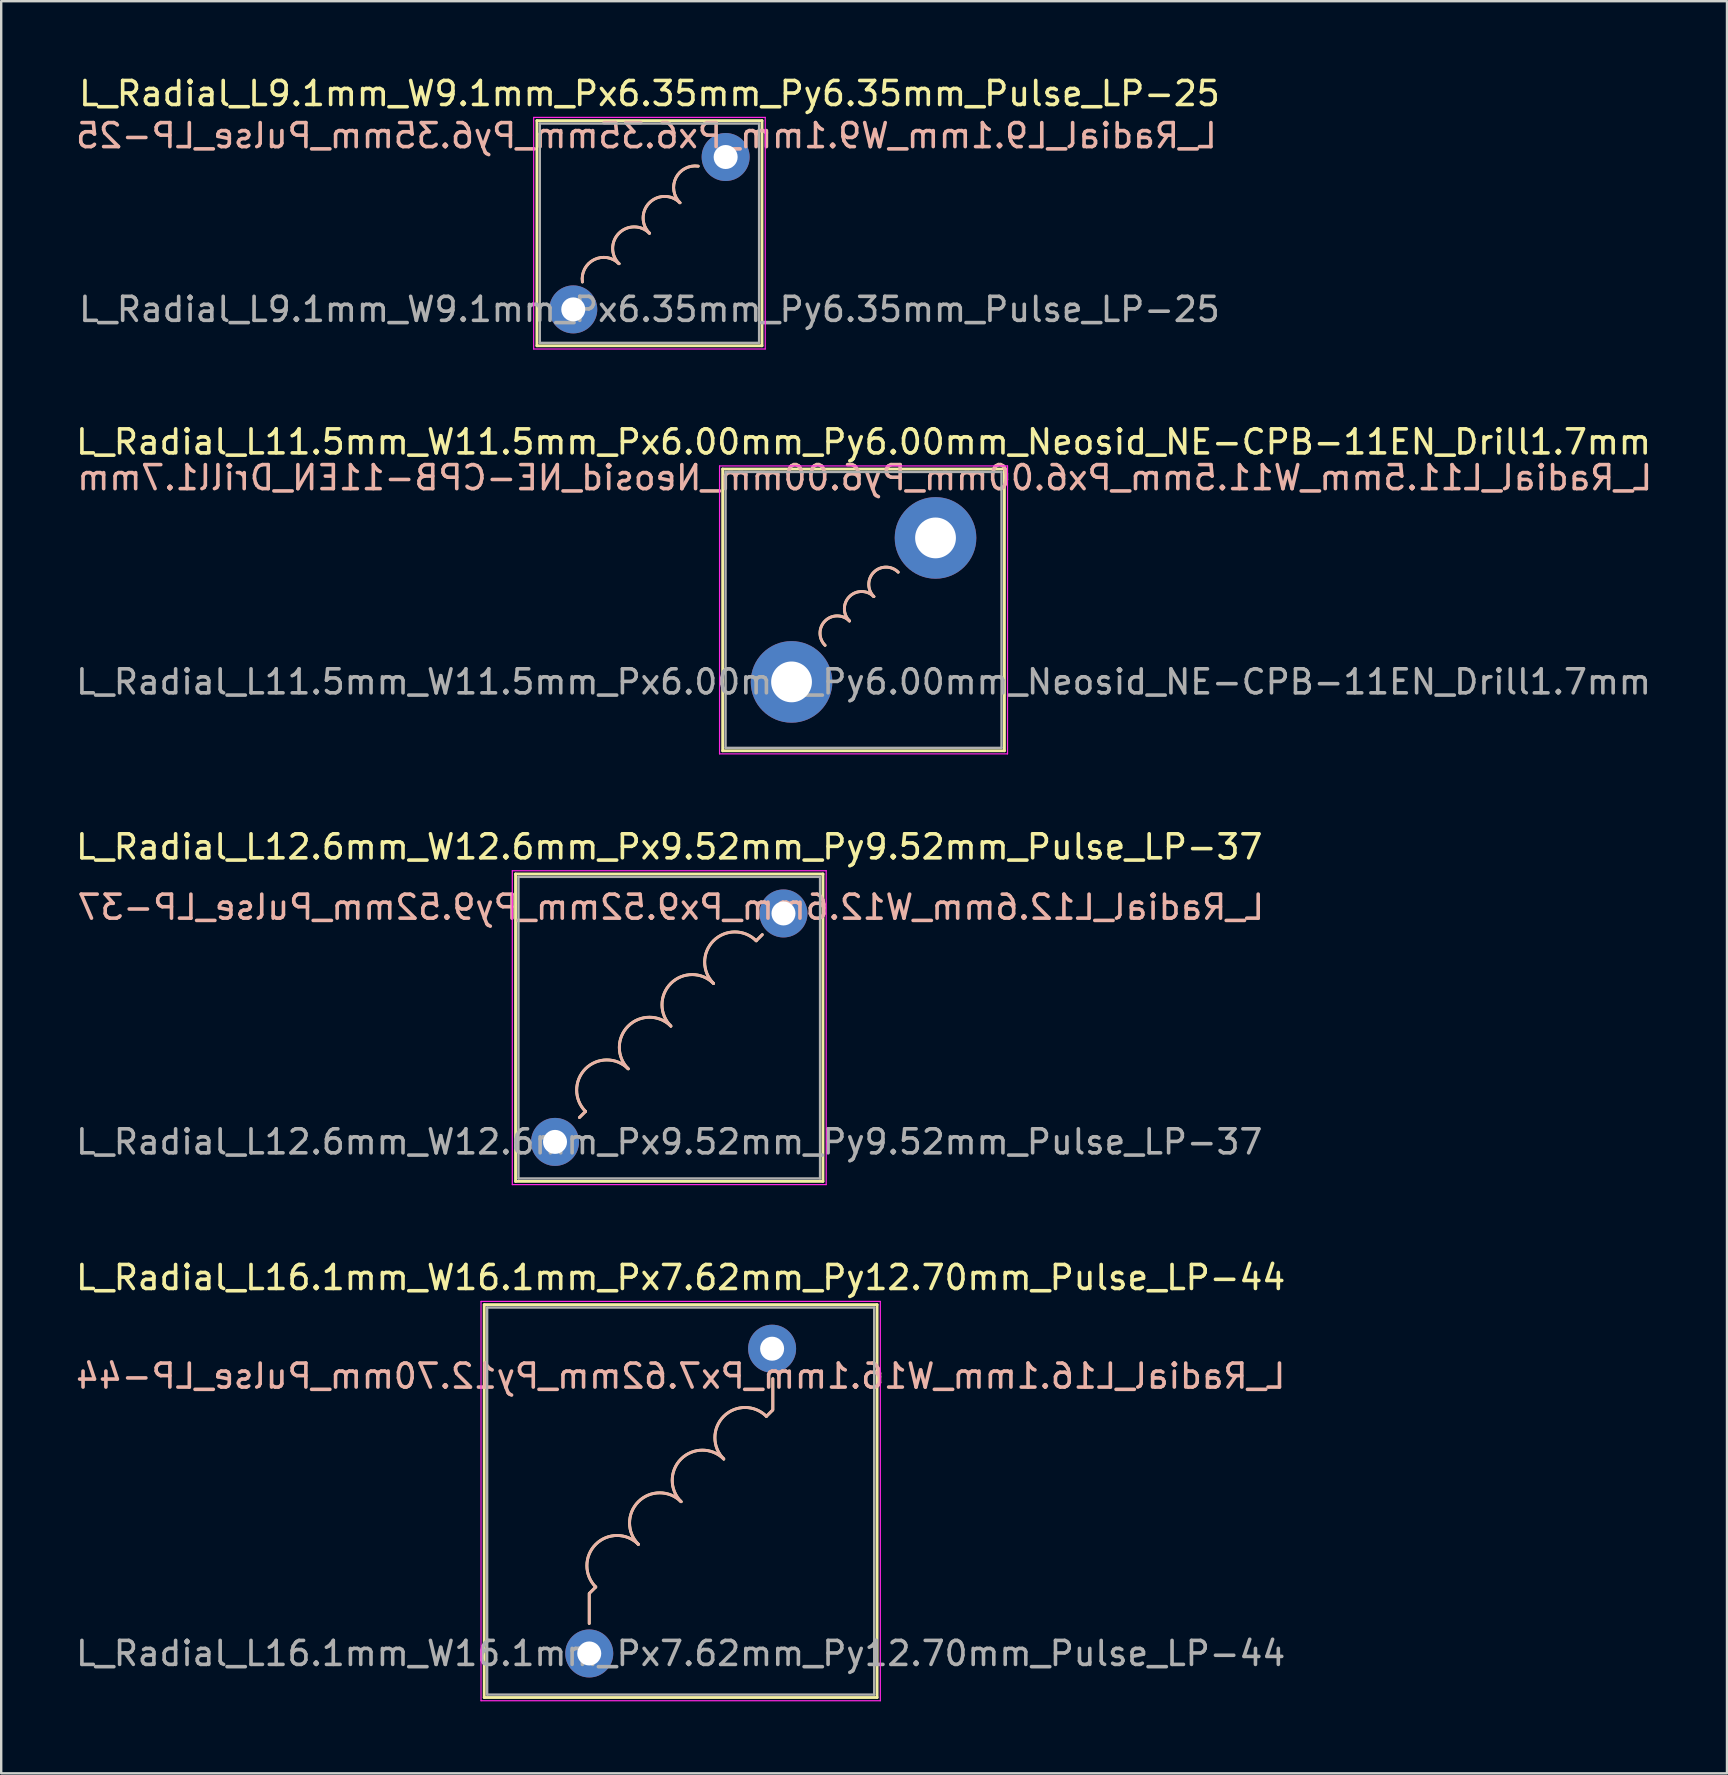
<source format=kicad_pcb>
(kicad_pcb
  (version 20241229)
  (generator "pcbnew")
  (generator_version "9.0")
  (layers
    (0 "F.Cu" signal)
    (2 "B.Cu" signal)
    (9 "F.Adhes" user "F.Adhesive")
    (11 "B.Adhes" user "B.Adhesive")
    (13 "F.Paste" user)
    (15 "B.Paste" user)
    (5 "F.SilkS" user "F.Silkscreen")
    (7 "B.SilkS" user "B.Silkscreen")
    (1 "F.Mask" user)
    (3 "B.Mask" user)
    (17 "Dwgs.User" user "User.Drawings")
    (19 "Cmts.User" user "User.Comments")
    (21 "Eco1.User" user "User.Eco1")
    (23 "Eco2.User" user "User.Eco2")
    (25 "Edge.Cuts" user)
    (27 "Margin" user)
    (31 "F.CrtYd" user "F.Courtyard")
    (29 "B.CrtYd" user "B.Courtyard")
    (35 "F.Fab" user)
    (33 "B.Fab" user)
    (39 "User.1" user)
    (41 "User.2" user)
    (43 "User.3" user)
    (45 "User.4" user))
  (footprint "L_Radial_L9.1mm_W9.1mm_Px6.35mm_Py6.35mm_Pulse_LP-25"
    (layer "F.Cu")
    (at 20.839 9.843)
    (property "Reference" "L_Radial_L9.1mm_W9.1mm_Px6.35mm_Py6.35mm_Pulse_LP-25" (at 3.175 -8.995 0) (layer "F.SilkS") (effects (font (size 1 1) (thickness 0.15))))
    (fp_line (start -1.515 -7.865) (end -1.515 1.515) (stroke (width 0.12) (type solid)) (layer "F.SilkS"))
    (fp_line (start -1.515 -7.865) (end 7.865 -7.865) (stroke (width 0.12) (type solid)) (layer "F.SilkS"))
    (fp_line (start -1.515 1.515) (end 7.865 1.515) (stroke (width 0.12) (type solid)) (layer "F.SilkS"))
    (fp_line (start 7.865 -7.865) (end 7.865 1.515) (stroke (width 0.12) (type solid)) (layer "F.SilkS"))
    (fp_arc (start 0.381001 -1.143) (mid 0.868391 -2.073218) (end 1.904999 -1.904999) (stroke (width 0.12) (type solid)) (layer "F.SilkS"))
    (fp_arc (start 1.905001 -1.905001) (mid 1.905001 -3.174999) (end 3.174999 -3.174999) (stroke (width 0.12) (type solid)) (layer "F.SilkS"))
    (fp_arc (start 3.175001 -3.175001) (mid 3.175001 -4.444999) (end 4.444999 -4.444999) (stroke (width 0.12) (type solid)) (layer "F.SilkS"))
    (fp_arc (start 4.445001 -4.445001) (mid 4.276783 -5.481609) (end 5.207 -5.968999) (stroke (width 0.12) (type solid)) (layer "F.SilkS"))
    (fp_arc (start 0.380999 -1.143) (mid 0.868466 -2.073066) (end 1.904999 -1.904999) (stroke (width 0.12) (type solid)) (layer "B.SilkS"))
    (fp_arc (start 1.905001 -1.905001) (mid 1.905001 -3.174999) (end 3.174999 -3.174999) (stroke (width 0.12) (type solid)) (layer "B.SilkS"))
    (fp_arc (start 3.175001 -3.175001) (mid 3.175001 -4.444999) (end 4.444999 -4.444999) (stroke (width 0.12) (type solid)) (layer "B.SilkS"))
    (fp_arc (start 4.445001 -4.445001) (mid 4.276935 -5.481531) (end 5.206998 -5.968996) (stroke (width 0.12) (type solid)) (layer "B.SilkS"))
    (fp_line (start -1.65 -8) (end -1.65 1.65) (stroke (width 0.05) (type solid)) (layer "F.CrtYd"))
    (fp_line (start -1.65 1.65) (end 8 1.65) (stroke (width 0.05) (type solid)) (layer "F.CrtYd"))
    (fp_line (start 8 -8) (end -1.65 -8) (stroke (width 0.05) (type solid)) (layer "F.CrtYd"))
    (fp_line (start 8 1.65) (end 8 -8) (stroke (width 0.05) (type solid)) (layer "F.CrtYd"))
    (fp_line (start -1.395 -7.745) (end -1.395 1.395) (stroke (width 0.1) (type solid)) (layer "F.Fab"))
    (fp_line (start -1.395 1.395) (end 7.745 1.395) (stroke (width 0.1) (type solid)) (layer "F.Fab"))
    (fp_line (start 7.745 -7.745) (end -1.395 -7.745) (stroke (width 0.1) (type solid)) (layer "F.Fab"))
    (fp_line (start 7.745 1.395) (end 7.745 -7.745) (stroke (width 0.1) (type solid)) (layer "F.Fab"))
    (fp_text user "${REFERENCE}" (at 3.048 -7.239 0) (layer "B.SilkS") (effects (font (size 1 1) (thickness 0.15)) (justify mirror)))
    (fp_text user "${REFERENCE}" (at 3.175 0 0) (layer "F.Fab") (effects (font (size 1 1) (thickness 0.15))))
    (pad "1" thru_hole circle (at 0 0) (size 2 2) (drill 1) (layers "*.Cu" "*.Mask"))
    (pad "2" thru_hole circle (at 6.35 -6.35) (size 2 2) (drill 1) (layers "*.Cu" "*.Mask")))
  (footprint "L_Radial_L11.5mm_W11.5mm_Px6.00mm_Py6.00mm_Neosid_NE-CPB-11EN_Drill1.7mm"
    (layer "F.Cu")
    (at 29.935 25.366)
    (property "Reference" "L_Radial_L11.5mm_W11.5mm_Px6.00mm_Py6.00mm_Neosid_NE-CPB-11EN_Drill1.7mm" (at 3 -10 0) (layer "F.SilkS") (effects (font (size 1 1) (thickness 0.15))))
    (fp_line (start -2.87 -8.87) (end -2.87 2.87) (stroke (width 0.12) (type solid)) (layer "F.SilkS"))
    (fp_line (start -2.87 -8.87) (end 8.87 -8.87) (stroke (width 0.12) (type solid)) (layer "F.SilkS"))
    (fp_line (start -2.87 2.87) (end 8.87 2.87) (stroke (width 0.12) (type solid)) (layer "F.SilkS"))
    (fp_line (start 8.87 -8.87) (end 8.87 2.87) (stroke (width 0.12) (type solid)) (layer "F.SilkS"))
    (fp_arc (start 1.396996 -1.523996) (mid 1.396996 -2.539998) (end 2.412998 -2.539998) (stroke (width 0.12) (type solid)) (layer "F.SilkS"))
    (fp_arc (start 2.412998 -2.539998) (mid 2.412998 -3.556) (end 3.429 -3.556) (stroke (width 0.12) (type solid)) (layer "F.SilkS"))
    (fp_arc (start 3.429 -3.556) (mid 3.429 -4.571998) (end 4.444998 -4.571998) (stroke (width 0.12) (type solid)) (layer "F.SilkS"))
    (fp_arc (start 1.396994 -1.523994) (mid 1.396994 -2.539998) (end 2.412998 -2.539998) (stroke (width 0.12) (type solid)) (layer "B.SilkS"))
    (fp_arc (start 2.412996 -2.539996) (mid 2.412996 -3.556) (end 3.429 -3.556) (stroke (width 0.12) (type solid)) (layer "B.SilkS"))
    (fp_arc (start 3.429 -3.556) (mid 3.429 -4.571998) (end 4.444998 -4.571998) (stroke (width 0.12) (type solid)) (layer "B.SilkS"))
    (fp_line (start -3 -9) (end -3 3) (stroke (width 0.05) (type solid)) (layer "F.CrtYd"))
    (fp_line (start -3 3) (end 9 3) (stroke (width 0.05) (type solid)) (layer "F.CrtYd"))
    (fp_line (start 9 -9) (end -3 -9) (stroke (width 0.05) (type solid)) (layer "F.CrtYd"))
    (fp_line (start 9 3) (end 9 -9) (stroke (width 0.05) (type solid)) (layer "F.CrtYd"))
    (fp_line (start -2.75 -8.75) (end -2.75 2.75) (stroke (width 0.1) (type solid)) (layer "F.Fab"))
    (fp_line (start -2.75 2.75) (end 8.75 2.75) (stroke (width 0.1) (type solid)) (layer "F.Fab"))
    (fp_line (start 8.75 -8.75) (end -2.75 -8.75) (stroke (width 0.1) (type solid)) (layer "F.Fab"))
    (fp_line (start 8.75 2.75) (end 8.75 -8.75) (stroke (width 0.1) (type solid)) (layer "F.Fab"))
    (fp_text user "${REFERENCE}" (at 3.048 -8.509 0) (layer "B.SilkS") (effects (font (size 1 1) (thickness 0.15)) (justify mirror)))
    (fp_text user "${REFERENCE}" (at 3 0 0) (layer "F.Fab") (effects (font (size 1 1) (thickness 0.15))))
    (pad "1" thru_hole circle (at 0 0) (size 3.4 3.4) (drill 1.7) (layers "*.Cu" "*.Mask"))
    (pad "2" thru_hole circle (at 6 -6) (size 3.4 3.4) (drill 1.7) (layers "*.Cu" "*.Mask")))
  (footprint "L_Radial_L12.6mm_W12.6mm_Px9.52mm_Py9.52mm_Pulse_LP-37"
    (layer "F.Cu")
    (at 20.079 44.535)
    (property "Reference" "L_Radial_L12.6mm_W12.6mm_Px9.52mm_Py9.52mm_Pulse_LP-37" (at 4.76 -12.295 0) (layer "F.SilkS") (effects (font (size 1 1) (thickness 0.15))))
    (fp_line (start -1.645 -11.165) (end -1.645 1.645) (stroke (width 0.12) (type solid)) (layer "F.SilkS"))
    (fp_line (start -1.645 -11.165) (end 11.165 -11.165) (stroke (width 0.12) (type solid)) (layer "F.SilkS"))
    (fp_line (start -1.645 1.645) (end 11.165 1.645) (stroke (width 0.12) (type solid)) (layer "F.SilkS"))
    (fp_line (start 1.27 -1.27) (end 1.016 -1.016) (stroke (width 0.12) (type solid)) (layer "F.SilkS"))
    (fp_line (start 8.636 -8.636) (end 8.382 -8.382) (stroke (width 0.12) (type solid)) (layer "F.SilkS"))
    (fp_line (start 11.165 -11.165) (end 11.165 1.645) (stroke (width 0.12) (type solid)) (layer "F.SilkS"))
    (fp_arc (start 1.27 -1.27) (mid 1.27 -3.048) (end 3.048 -3.048) (stroke (width 0.12) (type solid)) (layer "F.SilkS"))
    (fp_arc (start 3.048 -3.048) (mid 3.048 -4.826) (end 4.826 -4.826) (stroke (width 0.12) (type solid)) (layer "F.SilkS"))
    (fp_arc (start 4.826 -4.826) (mid 4.826 -6.604) (end 6.604 -6.604) (stroke (width 0.12) (type solid)) (layer "F.SilkS"))
    (fp_arc (start 6.604 -6.604) (mid 6.604 -8.382) (end 8.382 -8.382) (stroke (width 0.12) (type solid)) (layer "F.SilkS"))
    (fp_line (start 1.27 -1.27) (end 1.016 -1.016) (stroke (width 0.12) (type solid)) (layer "B.SilkS"))
    (fp_line (start 8.636 -8.636) (end 8.382 -8.382) (stroke (width 0.12) (type solid)) (layer "B.SilkS"))
    (fp_arc (start 1.269998 -1.269998) (mid 1.269998 -3.048) (end 3.048 -3.048) (stroke (width 0.12) (type solid)) (layer "B.SilkS"))
    (fp_arc (start 3.047998 -3.047998) (mid 3.047998 -4.826) (end 4.826 -4.826) (stroke (width 0.12) (type solid)) (layer "B.SilkS"))
    (fp_arc (start 4.825998 -4.825998) (mid 4.825998 -6.604) (end 6.604 -6.604) (stroke (width 0.12) (type solid)) (layer "B.SilkS"))
    (fp_arc (start 6.604 -6.604) (mid 6.604 -8.381998) (end 8.381998 -8.381998) (stroke (width 0.12) (type solid)) (layer "B.SilkS"))
    (fp_line (start -1.78 -11.3) (end -1.78 1.78) (stroke (width 0.05) (type solid)) (layer "F.CrtYd"))
    (fp_line (start -1.78 1.78) (end 11.3 1.78) (stroke (width 0.05) (type solid)) (layer "F.CrtYd"))
    (fp_line (start 11.3 -11.3) (end -1.78 -11.3) (stroke (width 0.05) (type solid)) (layer "F.CrtYd"))
    (fp_line (start 11.3 1.78) (end 11.3 -11.3) (stroke (width 0.05) (type solid)) (layer "F.CrtYd"))
    (fp_line (start -1.525 -11.045) (end -1.525 1.525) (stroke (width 0.1) (type solid)) (layer "F.Fab"))
    (fp_line (start -1.525 1.525) (end 11.045 1.525) (stroke (width 0.1) (type solid)) (layer "F.Fab"))
    (fp_line (start 11.045 -11.045) (end -1.525 -11.045) (stroke (width 0.1) (type solid)) (layer "F.Fab"))
    (fp_line (start 11.045 1.525) (end 11.045 -11.045) (stroke (width 0.1) (type solid)) (layer "F.Fab"))
    (fp_text user "${REFERENCE}" (at 4.826 -9.779 0) (layer "B.SilkS") (effects (font (size 1 1) (thickness 0.15)) (justify mirror)))
    (fp_text user "${REFERENCE}" (at 4.76 0 0) (layer "F.Fab") (effects (font (size 1 1) (thickness 0.15))))
    (pad "1" thru_hole circle (at 0 0) (size 2 2) (drill 1) (layers "*.Cu" "*.Mask"))
    (pad "2" thru_hole circle (at 9.52 -9.52) (size 2 2) (drill 1) (layers "*.Cu" "*.Mask")))
  (footprint "L_Radial_L16.1mm_W16.1mm_Px7.62mm_Py12.70mm_Pulse_LP-44"
    (layer "F.Cu")
    (at 21.505 65.853)
    (property "Reference" "L_Radial_L16.1mm_W16.1mm_Px7.62mm_Py12.70mm_Pulse_LP-44" (at 3.81 -15.665 0) (layer "F.SilkS") (effects (font (size 1 1) (thickness 0.15))))
    (fp_line (start -4.375 -14.535) (end -4.375 1.835) (stroke (width 0.12) (type solid)) (layer "F.SilkS"))
    (fp_line (start -4.375 -14.535) (end 11.995 -14.535) (stroke (width 0.12) (type solid)) (layer "F.SilkS"))
    (fp_line (start -4.375 1.835) (end 11.995 1.835) (stroke (width 0.12) (type solid)) (layer "F.SilkS"))
    (fp_line (start 0 -2.5) (end 0 -1.25) (stroke (width 0.12) (type solid)) (layer "F.SilkS"))
    (fp_line (start 0.27 -2.77) (end 0.016 -2.516) (stroke (width 0.12) (type solid)) (layer "F.SilkS"))
    (fp_line (start 7.636 -10.136) (end 7.382 -9.882) (stroke (width 0.12) (type solid)) (layer "F.SilkS"))
    (fp_line (start 7.65 -11.45) (end 7.65 -10.15) (stroke (width 0.12) (type solid)) (layer "F.SilkS"))
    (fp_line (start 11.995 -14.535) (end 11.995 1.835) (stroke (width 0.12) (type solid)) (layer "F.SilkS"))
    (fp_arc (start 0.27 -2.77) (mid 0.27 -4.548) (end 2.048 -4.548) (stroke (width 0.12) (type solid)) (layer "F.SilkS"))
    (fp_arc (start 2.048 -4.548) (mid 2.048 -6.326) (end 3.826 -6.326) (stroke (width 0.12) (type solid)) (layer "F.SilkS"))
    (fp_arc (start 3.826 -6.326) (mid 3.826 -8.104) (end 5.604 -8.104) (stroke (width 0.12) (type solid)) (layer "F.SilkS"))
    (fp_arc (start 5.604 -8.104) (mid 5.604 -9.882) (end 7.382 -9.882) (stroke (width 0.12) (type solid)) (layer "F.SilkS"))
    (fp_line (start 0 -2.5) (end 0 -1.25) (stroke (width 0.12) (type solid)) (layer "B.SilkS"))
    (fp_line (start 0.27 -2.77) (end 0.016 -2.516) (stroke (width 0.12) (type solid)) (layer "B.SilkS"))
    (fp_line (start 7.636 -10.136) (end 7.382 -9.882) (stroke (width 0.12) (type solid)) (layer "B.SilkS"))
    (fp_line (start 7.65 -11.45) (end 7.65 -10.15) (stroke (width 0.12) (type solid)) (layer "B.SilkS"))
    (fp_arc (start 0.269998 -2.769998) (mid 0.269998 -4.548) (end 2.048 -4.548) (stroke (width 0.12) (type solid)) (layer "B.SilkS"))
    (fp_arc (start 2.047998 -4.547998) (mid 2.047998 -6.326) (end 3.826 -6.326) (stroke (width 0.12) (type solid)) (layer "B.SilkS"))
    (fp_arc (start 3.825998 -6.325998) (mid 3.825998 -8.104) (end 5.604 -8.104) (stroke (width 0.12) (type solid)) (layer "B.SilkS"))
    (fp_arc (start 5.604 -8.104) (mid 5.604 -9.881998) (end 7.381998 -9.881998) (stroke (width 0.12) (type solid)) (layer "B.SilkS"))
    (fp_line (start -4.51 -14.67) (end -4.51 1.97) (stroke (width 0.05) (type solid)) (layer "F.CrtYd"))
    (fp_line (start -4.51 1.97) (end 12.13 1.97) (stroke (width 0.05) (type solid)) (layer "F.CrtYd"))
    (fp_line (start 12.13 -14.67) (end -4.51 -14.67) (stroke (width 0.05) (type solid)) (layer "F.CrtYd"))
    (fp_line (start 12.13 1.97) (end 12.13 -14.67) (stroke (width 0.05) (type solid)) (layer "F.CrtYd"))
    (fp_line (start -4.255 -14.415) (end -4.255 1.715) (stroke (width 0.1) (type solid)) (layer "F.Fab"))
    (fp_line (start -4.255 1.715) (end 11.875 1.715) (stroke (width 0.1) (type solid)) (layer "F.Fab"))
    (fp_line (start 11.875 -14.415) (end -4.255 -14.415) (stroke (width 0.1) (type solid)) (layer "F.Fab"))
    (fp_line (start 11.875 1.715) (end 11.875 -14.415) (stroke (width 0.1) (type solid)) (layer "F.Fab"))
    (fp_text user "${REFERENCE}" (at 3.81 -11.557 0) (layer "B.SilkS") (effects (font (size 1 1) (thickness 0.15)) (justify mirror)))
    (fp_text user "${REFERENCE}" (at 3.81 0 0) (layer "F.Fab") (effects (font (size 1 1) (thickness 0.15))))
    (pad "1" thru_hole circle (at 0 0) (size 2 2) (drill 1) (layers "*.Cu" "*.Mask"))
    (pad "2" thru_hole circle (at 7.62 -12.7) (size 2 2) (drill 1) (layers "*.Cu" "*.Mask")))
  (gr_rect
    (start -3 -3)
    (end 68.917 70.848)
    (stroke (width 0.1) (type default))
    (fill no)
    (layer "Edge.Cuts")))
</source>
